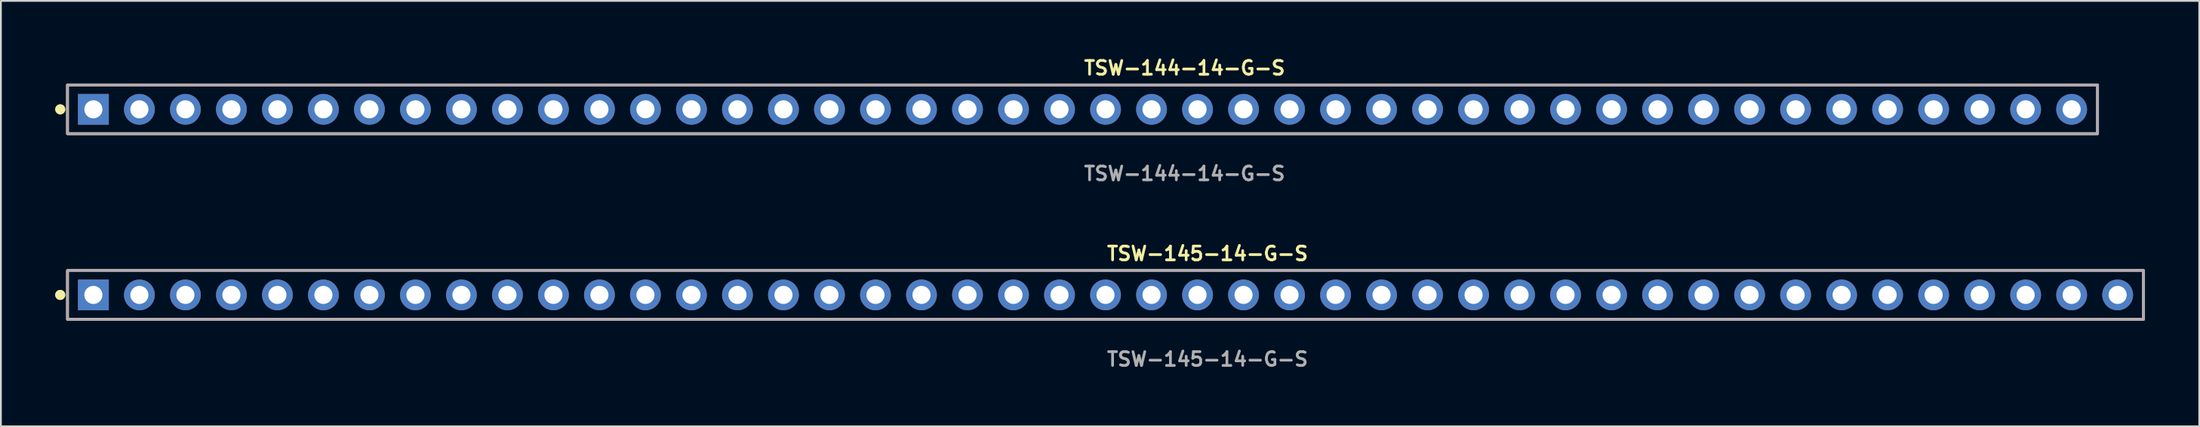
<source format=kicad_pcb>
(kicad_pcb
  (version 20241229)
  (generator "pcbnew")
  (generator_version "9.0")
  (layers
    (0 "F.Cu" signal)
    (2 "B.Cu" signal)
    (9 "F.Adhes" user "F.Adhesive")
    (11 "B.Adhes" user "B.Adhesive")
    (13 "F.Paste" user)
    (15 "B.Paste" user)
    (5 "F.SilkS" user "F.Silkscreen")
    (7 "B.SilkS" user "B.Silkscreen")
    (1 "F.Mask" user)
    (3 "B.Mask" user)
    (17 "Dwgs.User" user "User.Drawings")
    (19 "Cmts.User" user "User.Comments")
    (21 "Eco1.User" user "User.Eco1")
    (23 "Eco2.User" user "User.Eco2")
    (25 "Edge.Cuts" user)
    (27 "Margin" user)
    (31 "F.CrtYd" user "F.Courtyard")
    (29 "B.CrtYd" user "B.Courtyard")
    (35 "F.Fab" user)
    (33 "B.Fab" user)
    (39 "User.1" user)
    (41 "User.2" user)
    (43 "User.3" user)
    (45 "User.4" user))
  (footprint "TSW-144-14-G-S"
    (layer "F.Cu")
    (at 56.716 2.999)
    (property "Reference" "TSW-144-14-G-S" (at 0 -2.286 0) (unlocked yes) (layer "F.SilkS") (effects (font (size 0.762 0.762) (thickness 0.152)) (justify left)))
    (fp_rect (start -56.04 1.35) (end 56.04 -1.35) (stroke (width 0.152) (type solid)) (fill no) (layer "F.SilkS"))
    (fp_circle (center -56.44 0) (end -56.64 0) (stroke (width 0.152) (type solid)) (fill yes) (layer "F.SilkS"))
    (fp_circle (center -56.44 0) (end -56.64 0) (stroke (width 0.152) (type solid)) (fill yes) (layer "F.SilkS"))
    (fp_rect (start -56.04 1.35) (end 56.04 -1.35) (stroke (width 0.006) (type solid)) (fill no) (layer "F.CrtYd"))
    (fp_rect (start -56.04 1.35) (end 56.04 -1.35) (stroke (width 0.152) (type solid)) (fill no) (layer "F.Fab"))
    (fp_text user "${REFERENCE}" (at 0 3.556 0) (unlocked yes) (layer "F.Fab") (effects (font (size 0.762 0.762) (thickness 0.152)) (justify left)))
    (pad "1" thru_hole rect (at -54.61 0) (size 1.7 1.7) (drill 1) (layers "*.Cu" "*.Mask"))
    (pad "2" thru_hole circle (at -52.07 0) (size 1.7 1.7) (drill 1) (layers "*.Cu" "*.Mask"))
    (pad "3" thru_hole circle (at -49.53 0) (size 1.7 1.7) (drill 1) (layers "*.Cu" "*.Mask"))
    (pad "4" thru_hole circle (at -46.99 0) (size 1.7 1.7) (drill 1) (layers "*.Cu" "*.Mask"))
    (pad "5" thru_hole circle (at -44.45 0) (size 1.7 1.7) (drill 1) (layers "*.Cu" "*.Mask"))
    (pad "6" thru_hole circle (at -41.91 0) (size 1.7 1.7) (drill 1) (layers "*.Cu" "*.Mask"))
    (pad "7" thru_hole circle (at -39.37 0) (size 1.7 1.7) (drill 1) (layers "*.Cu" "*.Mask"))
    (pad "8" thru_hole circle (at -36.83 0) (size 1.7 1.7) (drill 1) (layers "*.Cu" "*.Mask"))
    (pad "9" thru_hole circle (at -34.29 0) (size 1.7 1.7) (drill 1) (layers "*.Cu" "*.Mask"))
    (pad "10" thru_hole circle (at -31.75 0) (size 1.7 1.7) (drill 1) (layers "*.Cu" "*.Mask"))
    (pad "11" thru_hole circle (at -29.21 0) (size 1.7 1.7) (drill 1) (layers "*.Cu" "*.Mask"))
    (pad "12" thru_hole circle (at -26.67 0) (size 1.7 1.7) (drill 1) (layers "*.Cu" "*.Mask"))
    (pad "13" thru_hole circle (at -24.13 0) (size 1.7 1.7) (drill 1) (layers "*.Cu" "*.Mask"))
    (pad "14" thru_hole circle (at -21.59 0) (size 1.7 1.7) (drill 1) (layers "*.Cu" "*.Mask"))
    (pad "15" thru_hole circle (at -19.05 0) (size 1.7 1.7) (drill 1) (layers "*.Cu" "*.Mask"))
    (pad "16" thru_hole circle (at -16.51 0) (size 1.7 1.7) (drill 1) (layers "*.Cu" "*.Mask"))
    (pad "17" thru_hole circle (at -13.97 0) (size 1.7 1.7) (drill 1) (layers "*.Cu" "*.Mask"))
    (pad "18" thru_hole circle (at -11.43 0) (size 1.7 1.7) (drill 1) (layers "*.Cu" "*.Mask"))
    (pad "19" thru_hole circle (at -8.89 0) (size 1.7 1.7) (drill 1) (layers "*.Cu" "*.Mask"))
    (pad "20" thru_hole circle (at -6.35 0) (size 1.7 1.7) (drill 1) (layers "*.Cu" "*.Mask"))
    (pad "21" thru_hole circle (at -3.81 0) (size 1.7 1.7) (drill 1) (layers "*.Cu" "*.Mask"))
    (pad "22" thru_hole circle (at -1.27 0) (size 1.7 1.7) (drill 1) (layers "*.Cu" "*.Mask"))
    (pad "23" thru_hole circle (at 1.27 0) (size 1.7 1.7) (drill 1) (layers "*.Cu" "*.Mask"))
    (pad "24" thru_hole circle (at 3.81 0) (size 1.7 1.7) (drill 1) (layers "*.Cu" "*.Mask"))
    (pad "25" thru_hole circle (at 6.35 0) (size 1.7 1.7) (drill 1) (layers "*.Cu" "*.Mask"))
    (pad "26" thru_hole circle (at 8.89 0) (size 1.7 1.7) (drill 1) (layers "*.Cu" "*.Mask"))
    (pad "27" thru_hole circle (at 11.43 0) (size 1.7 1.7) (drill 1) (layers "*.Cu" "*.Mask"))
    (pad "28" thru_hole circle (at 13.97 0) (size 1.7 1.7) (drill 1) (layers "*.Cu" "*.Mask"))
    (pad "29" thru_hole circle (at 16.51 0) (size 1.7 1.7) (drill 1) (layers "*.Cu" "*.Mask"))
    (pad "30" thru_hole circle (at 19.05 0) (size 1.7 1.7) (drill 1) (layers "*.Cu" "*.Mask"))
    (pad "31" thru_hole circle (at 21.59 0) (size 1.7 1.7) (drill 1) (layers "*.Cu" "*.Mask"))
    (pad "32" thru_hole circle (at 24.13 0) (size 1.7 1.7) (drill 1) (layers "*.Cu" "*.Mask"))
    (pad "33" thru_hole circle (at 26.67 0) (size 1.7 1.7) (drill 1) (layers "*.Cu" "*.Mask"))
    (pad "34" thru_hole circle (at 29.21 0) (size 1.7 1.7) (drill 1) (layers "*.Cu" "*.Mask"))
    (pad "35" thru_hole circle (at 31.75 0) (size 1.7 1.7) (drill 1) (layers "*.Cu" "*.Mask"))
    (pad "36" thru_hole circle (at 34.29 0) (size 1.7 1.7) (drill 1) (layers "*.Cu" "*.Mask"))
    (pad "37" thru_hole circle (at 36.83 0) (size 1.7 1.7) (drill 1) (layers "*.Cu" "*.Mask"))
    (pad "38" thru_hole circle (at 39.37 0) (size 1.7 1.7) (drill 1) (layers "*.Cu" "*.Mask"))
    (pad "39" thru_hole circle (at 41.91 0) (size 1.7 1.7) (drill 1) (layers "*.Cu" "*.Mask"))
    (pad "40" thru_hole circle (at 44.45 0) (size 1.7 1.7) (drill 1) (layers "*.Cu" "*.Mask"))
    (pad "41" thru_hole circle (at 46.99 0) (size 1.7 1.7) (drill 1) (layers "*.Cu" "*.Mask"))
    (pad "42" thru_hole circle (at 49.53 0) (size 1.7 1.7) (drill 1) (layers "*.Cu" "*.Mask"))
    (pad "43" thru_hole circle (at 52.07 0) (size 1.7 1.7) (drill 1) (layers "*.Cu" "*.Mask"))
    (pad "44" thru_hole circle (at 54.61 0) (size 1.7 1.7) (drill 1) (layers "*.Cu" "*.Mask")))
  (footprint "TSW-145-14-G-S"
    (layer "F.Cu")
    (at 57.986 13.268)
    (property "Reference" "TSW-145-14-G-S" (at 0 -2.286 0) (unlocked yes) (layer "F.SilkS") (effects (font (size 0.762 0.762) (thickness 0.152)) (justify left)))
    (fp_rect (start -57.31 1.35) (end 57.31 -1.35) (stroke (width 0.152) (type solid)) (fill no) (layer "F.SilkS"))
    (fp_circle (center -57.71 0) (end -57.91 0) (stroke (width 0.152) (type solid)) (fill yes) (layer "F.SilkS"))
    (fp_circle (center -57.71 0) (end -57.91 0) (stroke (width 0.152) (type solid)) (fill yes) (layer "F.SilkS"))
    (fp_rect (start -57.31 1.35) (end 57.31 -1.35) (stroke (width 0.006) (type solid)) (fill no) (layer "F.CrtYd"))
    (fp_rect (start -57.31 1.35) (end 57.31 -1.35) (stroke (width 0.152) (type solid)) (fill no) (layer "F.Fab"))
    (fp_text user "${REFERENCE}" (at 0 3.556 0) (unlocked yes) (layer "F.Fab") (effects (font (size 0.762 0.762) (thickness 0.152)) (justify left)))
    (pad "1" thru_hole rect (at -55.88 0) (size 1.7 1.7) (drill 1) (layers "*.Cu" "*.Mask"))
    (pad "2" thru_hole circle (at -53.34 0) (size 1.7 1.7) (drill 1) (layers "*.Cu" "*.Mask"))
    (pad "3" thru_hole circle (at -50.8 0) (size 1.7 1.7) (drill 1) (layers "*.Cu" "*.Mask"))
    (pad "4" thru_hole circle (at -48.26 0) (size 1.7 1.7) (drill 1) (layers "*.Cu" "*.Mask"))
    (pad "5" thru_hole circle (at -45.72 0) (size 1.7 1.7) (drill 1) (layers "*.Cu" "*.Mask"))
    (pad "6" thru_hole circle (at -43.18 0) (size 1.7 1.7) (drill 1) (layers "*.Cu" "*.Mask"))
    (pad "7" thru_hole circle (at -40.64 0) (size 1.7 1.7) (drill 1) (layers "*.Cu" "*.Mask"))
    (pad "8" thru_hole circle (at -38.1 0) (size 1.7 1.7) (drill 1) (layers "*.Cu" "*.Mask"))
    (pad "9" thru_hole circle (at -35.56 0) (size 1.7 1.7) (drill 1) (layers "*.Cu" "*.Mask"))
    (pad "10" thru_hole circle (at -33.02 0) (size 1.7 1.7) (drill 1) (layers "*.Cu" "*.Mask"))
    (pad "11" thru_hole circle (at -30.48 0) (size 1.7 1.7) (drill 1) (layers "*.Cu" "*.Mask"))
    (pad "12" thru_hole circle (at -27.94 0) (size 1.7 1.7) (drill 1) (layers "*.Cu" "*.Mask"))
    (pad "13" thru_hole circle (at -25.4 0) (size 1.7 1.7) (drill 1) (layers "*.Cu" "*.Mask"))
    (pad "14" thru_hole circle (at -22.86 0) (size 1.7 1.7) (drill 1) (layers "*.Cu" "*.Mask"))
    (pad "15" thru_hole circle (at -20.32 0) (size 1.7 1.7) (drill 1) (layers "*.Cu" "*.Mask"))
    (pad "16" thru_hole circle (at -17.78 0) (size 1.7 1.7) (drill 1) (layers "*.Cu" "*.Mask"))
    (pad "17" thru_hole circle (at -15.24 0) (size 1.7 1.7) (drill 1) (layers "*.Cu" "*.Mask"))
    (pad "18" thru_hole circle (at -12.7 0) (size 1.7 1.7) (drill 1) (layers "*.Cu" "*.Mask"))
    (pad "19" thru_hole circle (at -10.16 0) (size 1.7 1.7) (drill 1) (layers "*.Cu" "*.Mask"))
    (pad "20" thru_hole circle (at -7.62 0) (size 1.7 1.7) (drill 1) (layers "*.Cu" "*.Mask"))
    (pad "21" thru_hole circle (at -5.08 0) (size 1.7 1.7) (drill 1) (layers "*.Cu" "*.Mask"))
    (pad "22" thru_hole circle (at -2.54 0) (size 1.7 1.7) (drill 1) (layers "*.Cu" "*.Mask"))
    (pad "23" thru_hole circle (at 0 0) (size 1.7 1.7) (drill 1) (layers "*.Cu" "*.Mask"))
    (pad "24" thru_hole circle (at 2.54 0) (size 1.7 1.7) (drill 1) (layers "*.Cu" "*.Mask"))
    (pad "25" thru_hole circle (at 5.08 0) (size 1.7 1.7) (drill 1) (layers "*.Cu" "*.Mask"))
    (pad "26" thru_hole circle (at 7.62 0) (size 1.7 1.7) (drill 1) (layers "*.Cu" "*.Mask"))
    (pad "27" thru_hole circle (at 10.16 0) (size 1.7 1.7) (drill 1) (layers "*.Cu" "*.Mask"))
    (pad "28" thru_hole circle (at 12.7 0) (size 1.7 1.7) (drill 1) (layers "*.Cu" "*.Mask"))
    (pad "29" thru_hole circle (at 15.24 0) (size 1.7 1.7) (drill 1) (layers "*.Cu" "*.Mask"))
    (pad "30" thru_hole circle (at 17.78 0) (size 1.7 1.7) (drill 1) (layers "*.Cu" "*.Mask"))
    (pad "31" thru_hole circle (at 20.32 0) (size 1.7 1.7) (drill 1) (layers "*.Cu" "*.Mask"))
    (pad "32" thru_hole circle (at 22.86 0) (size 1.7 1.7) (drill 1) (layers "*.Cu" "*.Mask"))
    (pad "33" thru_hole circle (at 25.4 0) (size 1.7 1.7) (drill 1) (layers "*.Cu" "*.Mask"))
    (pad "34" thru_hole circle (at 27.94 0) (size 1.7 1.7) (drill 1) (layers "*.Cu" "*.Mask"))
    (pad "35" thru_hole circle (at 30.48 0) (size 1.7 1.7) (drill 1) (layers "*.Cu" "*.Mask"))
    (pad "36" thru_hole circle (at 33.02 0) (size 1.7 1.7) (drill 1) (layers "*.Cu" "*.Mask"))
    (pad "37" thru_hole circle (at 35.56 0) (size 1.7 1.7) (drill 1) (layers "*.Cu" "*.Mask"))
    (pad "38" thru_hole circle (at 38.1 0) (size 1.7 1.7) (drill 1) (layers "*.Cu" "*.Mask"))
    (pad "39" thru_hole circle (at 40.64 0) (size 1.7 1.7) (drill 1) (layers "*.Cu" "*.Mask"))
    (pad "40" thru_hole circle (at 43.18 0) (size 1.7 1.7) (drill 1) (layers "*.Cu" "*.Mask"))
    (pad "41" thru_hole circle (at 45.72 0) (size 1.7 1.7) (drill 1) (layers "*.Cu" "*.Mask"))
    (pad "42" thru_hole circle (at 48.26 0) (size 1.7 1.7) (drill 1) (layers "*.Cu" "*.Mask"))
    (pad "43" thru_hole circle (at 50.8 0) (size 1.7 1.7) (drill 1) (layers "*.Cu" "*.Mask"))
    (pad "44" thru_hole circle (at 53.34 0) (size 1.7 1.7) (drill 1) (layers "*.Cu" "*.Mask"))
    (pad "45" thru_hole circle (at 55.88 0) (size 1.7 1.7) (drill 1) (layers "*.Cu" "*.Mask")))
  (gr_rect
    (start -3 -3)
    (end 118.372 20.537)
    (stroke (width 0.1) (type default))
    (fill no)
    (layer "Edge.Cuts")))
</source>
